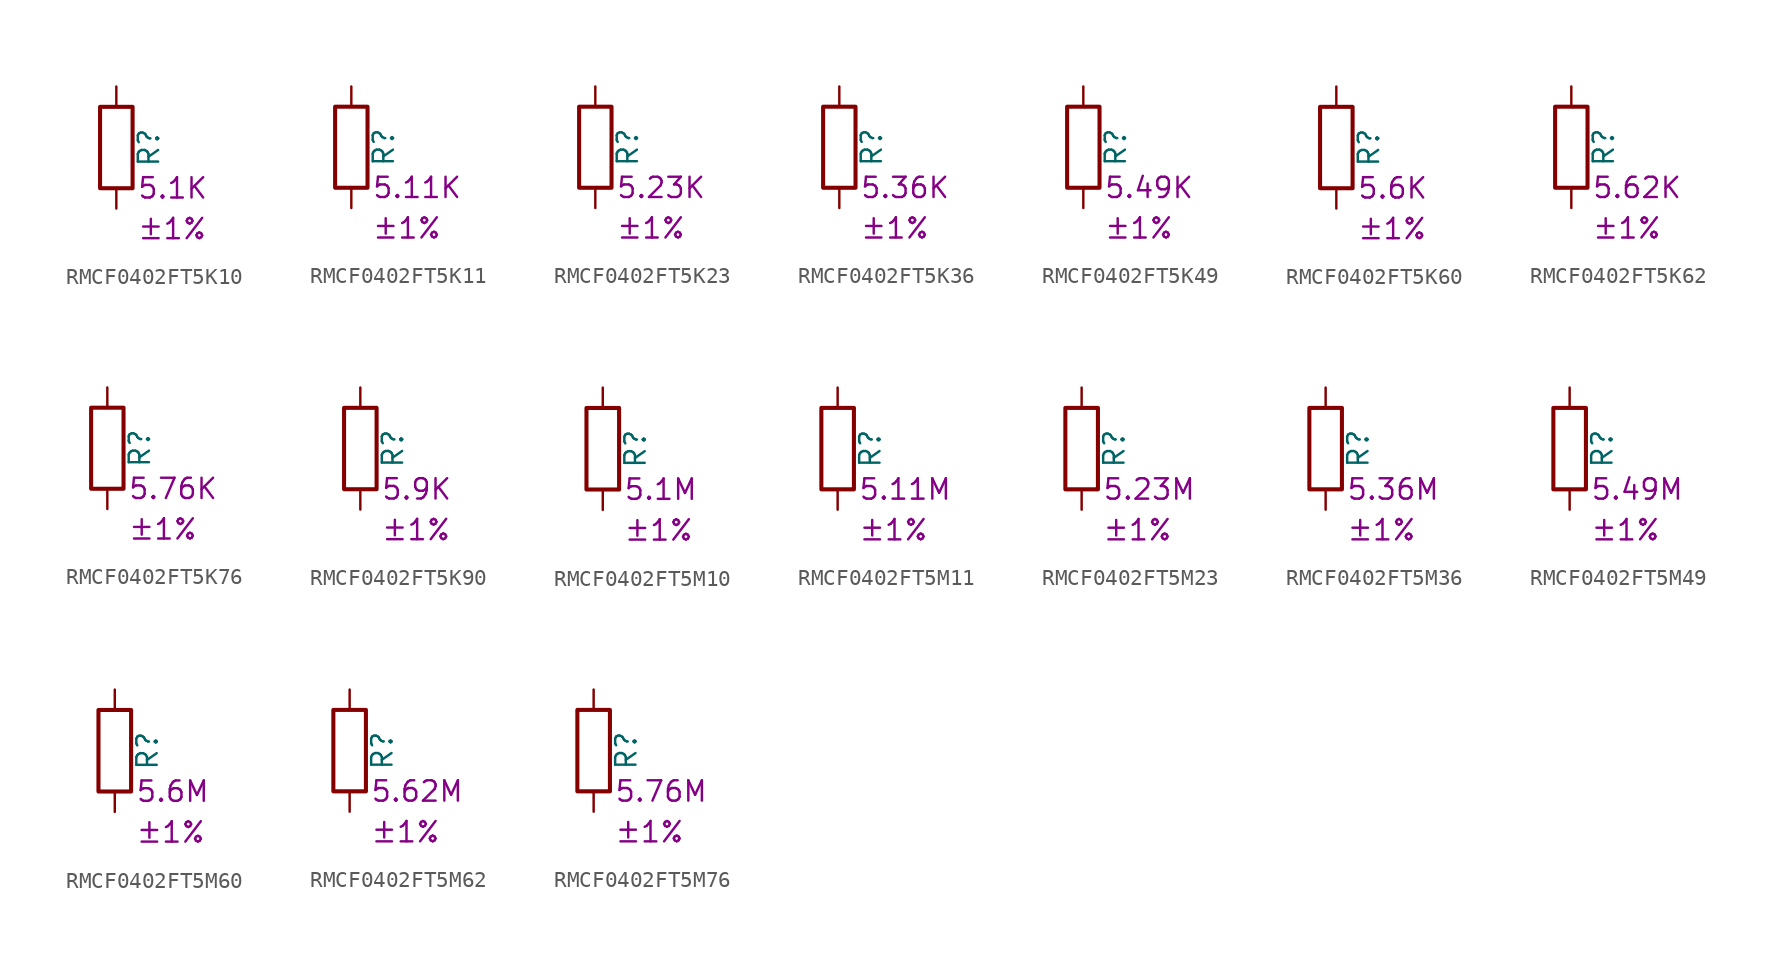
<source format=kicad_sym>
(kicad_symbol_lib
  (version 20220914)
  (generator kicad_symbol_editor)
  (symbol "RMCF0402FT5K10"
    (pin_numbers hide)
    (pin_names
      (offset 0))
    (property "Reference" "R"
      (at 2.032 0 90)
      (effects (font (size 1.27 1.27))))
    (property "Resistance" "5.1K"
      (at 1.27 -2.54 0)
      (effects (font (size 1.27 1.27)) (justify left)))
    (property "Tolerance" "±1%"
      (at 1.27 -5.08 0)
      (effects (font (size 1.27 1.27)) (justify left)))
    (symbol "RMCF0402FT5K10_0_1"
      (rectangle (start -1.016 -2.54) (end 1.016 2.54) (stroke (width 0.254) (type default)) (fill (type none))))
    (symbol "RMCF0402FT5K10_1_1"
      (pin passive line (at 0 3.81 270) (length 1.27) (name "~" (effects (font (size 1.27 1.27)))) (number "1" (effects (font (size 1.27 1.27)))))
      (pin passive line (at 0 -3.81 90) (length 1.27) (name "~" (effects (font (size 1.27 1.27)))) (number "2" (effects (font (size 1.27 1.27)))))))
  (symbol "RMCF0402FT5K11"
    (pin_numbers hide)
    (pin_names
      (offset 0))
    (property "Reference" "R"
      (at 2.032 0 90)
      (effects (font (size 1.27 1.27))))
    (property "Resistance" "5.11K"
      (at 1.27 -2.54 0)
      (effects (font (size 1.27 1.27)) (justify left)))
    (property "Tolerance" "±1%"
      (at 1.27 -5.08 0)
      (effects (font (size 1.27 1.27)) (justify left)))
    (symbol "RMCF0402FT5K11_0_1"
      (rectangle (start -1.016 -2.54) (end 1.016 2.54) (stroke (width 0.254) (type default)) (fill (type none))))
    (symbol "RMCF0402FT5K11_1_1"
      (pin passive line (at 0 3.81 270) (length 1.27) (name "~" (effects (font (size 1.27 1.27)))) (number "1" (effects (font (size 1.27 1.27)))))
      (pin passive line (at 0 -3.81 90) (length 1.27) (name "~" (effects (font (size 1.27 1.27)))) (number "2" (effects (font (size 1.27 1.27)))))))
  (symbol "RMCF0402FT5K23"
    (pin_numbers hide)
    (pin_names
      (offset 0))
    (property "Reference" "R"
      (at 2.032 0 90)
      (effects (font (size 1.27 1.27))))
    (property "Resistance" "5.23K"
      (at 1.27 -2.54 0)
      (effects (font (size 1.27 1.27)) (justify left)))
    (property "Tolerance" "±1%"
      (at 1.27 -5.08 0)
      (effects (font (size 1.27 1.27)) (justify left)))
    (symbol "RMCF0402FT5K23_0_1"
      (rectangle (start -1.016 -2.54) (end 1.016 2.54) (stroke (width 0.254) (type default)) (fill (type none))))
    (symbol "RMCF0402FT5K23_1_1"
      (pin passive line (at 0 3.81 270) (length 1.27) (name "~" (effects (font (size 1.27 1.27)))) (number "1" (effects (font (size 1.27 1.27)))))
      (pin passive line (at 0 -3.81 90) (length 1.27) (name "~" (effects (font (size 1.27 1.27)))) (number "2" (effects (font (size 1.27 1.27)))))))
  (symbol "RMCF0402FT5K36"
    (pin_numbers hide)
    (pin_names
      (offset 0))
    (property "Reference" "R"
      (at 2.032 0 90)
      (effects (font (size 1.27 1.27))))
    (property "Resistance" "5.36K"
      (at 1.27 -2.54 0)
      (effects (font (size 1.27 1.27)) (justify left)))
    (property "Tolerance" "±1%"
      (at 1.27 -5.08 0)
      (effects (font (size 1.27 1.27)) (justify left)))
    (symbol "RMCF0402FT5K36_0_1"
      (rectangle (start -1.016 -2.54) (end 1.016 2.54) (stroke (width 0.254) (type default)) (fill (type none))))
    (symbol "RMCF0402FT5K36_1_1"
      (pin passive line (at 0 3.81 270) (length 1.27) (name "~" (effects (font (size 1.27 1.27)))) (number "1" (effects (font (size 1.27 1.27)))))
      (pin passive line (at 0 -3.81 90) (length 1.27) (name "~" (effects (font (size 1.27 1.27)))) (number "2" (effects (font (size 1.27 1.27)))))))
  (symbol "RMCF0402FT5K49"
    (pin_numbers hide)
    (pin_names
      (offset 0))
    (property "Reference" "R"
      (at 2.032 0 90)
      (effects (font (size 1.27 1.27))))
    (property "Resistance" "5.49K"
      (at 1.27 -2.54 0)
      (effects (font (size 1.27 1.27)) (justify left)))
    (property "Tolerance" "±1%"
      (at 1.27 -5.08 0)
      (effects (font (size 1.27 1.27)) (justify left)))
    (symbol "RMCF0402FT5K49_0_1"
      (rectangle (start -1.016 -2.54) (end 1.016 2.54) (stroke (width 0.254) (type default)) (fill (type none))))
    (symbol "RMCF0402FT5K49_1_1"
      (pin passive line (at 0 3.81 270) (length 1.27) (name "~" (effects (font (size 1.27 1.27)))) (number "1" (effects (font (size 1.27 1.27)))))
      (pin passive line (at 0 -3.81 90) (length 1.27) (name "~" (effects (font (size 1.27 1.27)))) (number "2" (effects (font (size 1.27 1.27)))))))
  (symbol "RMCF0402FT5K60"
    (pin_numbers hide)
    (pin_names
      (offset 0))
    (property "Reference" "R"
      (at 2.032 0 90)
      (effects (font (size 1.27 1.27))))
    (property "Resistance" "5.6K"
      (at 1.27 -2.54 0)
      (effects (font (size 1.27 1.27)) (justify left)))
    (property "Tolerance" "±1%"
      (at 1.27 -5.08 0)
      (effects (font (size 1.27 1.27)) (justify left)))
    (symbol "RMCF0402FT5K60_0_1"
      (rectangle (start -1.016 -2.54) (end 1.016 2.54) (stroke (width 0.254) (type default)) (fill (type none))))
    (symbol "RMCF0402FT5K60_1_1"
      (pin passive line (at 0 3.81 270) (length 1.27) (name "~" (effects (font (size 1.27 1.27)))) (number "1" (effects (font (size 1.27 1.27)))))
      (pin passive line (at 0 -3.81 90) (length 1.27) (name "~" (effects (font (size 1.27 1.27)))) (number "2" (effects (font (size 1.27 1.27)))))))
  (symbol "RMCF0402FT5K62"
    (pin_numbers hide)
    (pin_names
      (offset 0))
    (property "Reference" "R"
      (at 2.032 0 90)
      (effects (font (size 1.27 1.27))))
    (property "Resistance" "5.62K"
      (at 1.27 -2.54 0)
      (effects (font (size 1.27 1.27)) (justify left)))
    (property "Tolerance" "±1%"
      (at 1.27 -5.08 0)
      (effects (font (size 1.27 1.27)) (justify left)))
    (symbol "RMCF0402FT5K62_0_1"
      (rectangle (start -1.016 -2.54) (end 1.016 2.54) (stroke (width 0.254) (type default)) (fill (type none))))
    (symbol "RMCF0402FT5K62_1_1"
      (pin passive line (at 0 3.81 270) (length 1.27) (name "~" (effects (font (size 1.27 1.27)))) (number "1" (effects (font (size 1.27 1.27)))))
      (pin passive line (at 0 -3.81 90) (length 1.27) (name "~" (effects (font (size 1.27 1.27)))) (number "2" (effects (font (size 1.27 1.27)))))))
  (symbol "RMCF0402FT5K76"
    (pin_numbers hide)
    (pin_names
      (offset 0))
    (property "Reference" "R"
      (at 2.032 0 90)
      (effects (font (size 1.27 1.27))))
    (property "Resistance" "5.76K"
      (at 1.27 -2.54 0)
      (effects (font (size 1.27 1.27)) (justify left)))
    (property "Tolerance" "±1%"
      (at 1.27 -5.08 0)
      (effects (font (size 1.27 1.27)) (justify left)))
    (symbol "RMCF0402FT5K76_0_1"
      (rectangle (start -1.016 -2.54) (end 1.016 2.54) (stroke (width 0.254) (type default)) (fill (type none))))
    (symbol "RMCF0402FT5K76_1_1"
      (pin passive line (at 0 3.81 270) (length 1.27) (name "~" (effects (font (size 1.27 1.27)))) (number "1" (effects (font (size 1.27 1.27)))))
      (pin passive line (at 0 -3.81 90) (length 1.27) (name "~" (effects (font (size 1.27 1.27)))) (number "2" (effects (font (size 1.27 1.27)))))))
  (symbol "RMCF0402FT5K90"
    (pin_numbers hide)
    (pin_names
      (offset 0))
    (property "Reference" "R"
      (at 2.032 0 90)
      (effects (font (size 1.27 1.27))))
    (property "Resistance" "5.9K"
      (at 1.27 -2.54 0)
      (effects (font (size 1.27 1.27)) (justify left)))
    (property "Tolerance" "±1%"
      (at 1.27 -5.08 0)
      (effects (font (size 1.27 1.27)) (justify left)))
    (symbol "RMCF0402FT5K90_0_1"
      (rectangle (start -1.016 -2.54) (end 1.016 2.54) (stroke (width 0.254) (type default)) (fill (type none))))
    (symbol "RMCF0402FT5K90_1_1"
      (pin passive line (at 0 3.81 270) (length 1.27) (name "~" (effects (font (size 1.27 1.27)))) (number "1" (effects (font (size 1.27 1.27)))))
      (pin passive line (at 0 -3.81 90) (length 1.27) (name "~" (effects (font (size 1.27 1.27)))) (number "2" (effects (font (size 1.27 1.27)))))))
  (symbol "RMCF0402FT5M10"
    (pin_numbers hide)
    (pin_names
      (offset 0))
    (property "Reference" "R"
      (at 2.032 0 90)
      (effects (font (size 1.27 1.27))))
    (property "Resistance" "5.1M"
      (at 1.27 -2.54 0)
      (effects (font (size 1.27 1.27)) (justify left)))
    (property "Tolerance" "±1%"
      (at 1.27 -5.08 0)
      (effects (font (size 1.27 1.27)) (justify left)))
    (symbol "RMCF0402FT5M10_0_1"
      (rectangle (start -1.016 -2.54) (end 1.016 2.54) (stroke (width 0.254) (type default)) (fill (type none))))
    (symbol "RMCF0402FT5M10_1_1"
      (pin passive line (at 0 3.81 270) (length 1.27) (name "~" (effects (font (size 1.27 1.27)))) (number "1" (effects (font (size 1.27 1.27)))))
      (pin passive line (at 0 -3.81 90) (length 1.27) (name "~" (effects (font (size 1.27 1.27)))) (number "2" (effects (font (size 1.27 1.27)))))))
  (symbol "RMCF0402FT5M11"
    (pin_numbers hide)
    (pin_names
      (offset 0))
    (property "Reference" "R"
      (at 2.032 0 90)
      (effects (font (size 1.27 1.27))))
    (property "Resistance" "5.11M"
      (at 1.27 -2.54 0)
      (effects (font (size 1.27 1.27)) (justify left)))
    (property "Tolerance" "±1%"
      (at 1.27 -5.08 0)
      (effects (font (size 1.27 1.27)) (justify left)))
    (symbol "RMCF0402FT5M11_0_1"
      (rectangle (start -1.016 -2.54) (end 1.016 2.54) (stroke (width 0.254) (type default)) (fill (type none))))
    (symbol "RMCF0402FT5M11_1_1"
      (pin passive line (at 0 3.81 270) (length 1.27) (name "~" (effects (font (size 1.27 1.27)))) (number "1" (effects (font (size 1.27 1.27)))))
      (pin passive line (at 0 -3.81 90) (length 1.27) (name "~" (effects (font (size 1.27 1.27)))) (number "2" (effects (font (size 1.27 1.27)))))))
  (symbol "RMCF0402FT5M23"
    (pin_numbers hide)
    (pin_names
      (offset 0))
    (property "Reference" "R"
      (at 2.032 0 90)
      (effects (font (size 1.27 1.27))))
    (property "Resistance" "5.23M"
      (at 1.27 -2.54 0)
      (effects (font (size 1.27 1.27)) (justify left)))
    (property "Tolerance" "±1%"
      (at 1.27 -5.08 0)
      (effects (font (size 1.27 1.27)) (justify left)))
    (symbol "RMCF0402FT5M23_0_1"
      (rectangle (start -1.016 -2.54) (end 1.016 2.54) (stroke (width 0.254) (type default)) (fill (type none))))
    (symbol "RMCF0402FT5M23_1_1"
      (pin passive line (at 0 3.81 270) (length 1.27) (name "~" (effects (font (size 1.27 1.27)))) (number "1" (effects (font (size 1.27 1.27)))))
      (pin passive line (at 0 -3.81 90) (length 1.27) (name "~" (effects (font (size 1.27 1.27)))) (number "2" (effects (font (size 1.27 1.27)))))))
  (symbol "RMCF0402FT5M36"
    (pin_numbers hide)
    (pin_names
      (offset 0))
    (property "Reference" "R"
      (at 2.032 0 90)
      (effects (font (size 1.27 1.27))))
    (property "Resistance" "5.36M"
      (at 1.27 -2.54 0)
      (effects (font (size 1.27 1.27)) (justify left)))
    (property "Tolerance" "±1%"
      (at 1.27 -5.08 0)
      (effects (font (size 1.27 1.27)) (justify left)))
    (symbol "RMCF0402FT5M36_0_1"
      (rectangle (start -1.016 -2.54) (end 1.016 2.54) (stroke (width 0.254) (type default)) (fill (type none))))
    (symbol "RMCF0402FT5M36_1_1"
      (pin passive line (at 0 3.81 270) (length 1.27) (name "~" (effects (font (size 1.27 1.27)))) (number "1" (effects (font (size 1.27 1.27)))))
      (pin passive line (at 0 -3.81 90) (length 1.27) (name "~" (effects (font (size 1.27 1.27)))) (number "2" (effects (font (size 1.27 1.27)))))))
  (symbol "RMCF0402FT5M49"
    (pin_numbers hide)
    (pin_names
      (offset 0))
    (property "Reference" "R"
      (at 2.032 0 90)
      (effects (font (size 1.27 1.27))))
    (property "Resistance" "5.49M"
      (at 1.27 -2.54 0)
      (effects (font (size 1.27 1.27)) (justify left)))
    (property "Tolerance" "±1%"
      (at 1.27 -5.08 0)
      (effects (font (size 1.27 1.27)) (justify left)))
    (symbol "RMCF0402FT5M49_0_1"
      (rectangle (start -1.016 -2.54) (end 1.016 2.54) (stroke (width 0.254) (type default)) (fill (type none))))
    (symbol "RMCF0402FT5M49_1_1"
      (pin passive line (at 0 3.81 270) (length 1.27) (name "~" (effects (font (size 1.27 1.27)))) (number "1" (effects (font (size 1.27 1.27)))))
      (pin passive line (at 0 -3.81 90) (length 1.27) (name "~" (effects (font (size 1.27 1.27)))) (number "2" (effects (font (size 1.27 1.27)))))))
  (symbol "RMCF0402FT5M60"
    (pin_numbers hide)
    (pin_names
      (offset 0))
    (property "Reference" "R"
      (at 2.032 0 90)
      (effects (font (size 1.27 1.27))))
    (property "Resistance" "5.6M"
      (at 1.27 -2.54 0)
      (effects (font (size 1.27 1.27)) (justify left)))
    (property "Tolerance" "±1%"
      (at 1.27 -5.08 0)
      (effects (font (size 1.27 1.27)) (justify left)))
    (symbol "RMCF0402FT5M60_0_1"
      (rectangle (start -1.016 -2.54) (end 1.016 2.54) (stroke (width 0.254) (type default)) (fill (type none))))
    (symbol "RMCF0402FT5M60_1_1"
      (pin passive line (at 0 3.81 270) (length 1.27) (name "~" (effects (font (size 1.27 1.27)))) (number "1" (effects (font (size 1.27 1.27)))))
      (pin passive line (at 0 -3.81 90) (length 1.27) (name "~" (effects (font (size 1.27 1.27)))) (number "2" (effects (font (size 1.27 1.27)))))))
  (symbol "RMCF0402FT5M62"
    (pin_numbers hide)
    (pin_names
      (offset 0))
    (property "Reference" "R"
      (at 2.032 0 90)
      (effects (font (size 1.27 1.27))))
    (property "Resistance" "5.62M"
      (at 1.27 -2.54 0)
      (effects (font (size 1.27 1.27)) (justify left)))
    (property "Tolerance" "±1%"
      (at 1.27 -5.08 0)
      (effects (font (size 1.27 1.27)) (justify left)))
    (symbol "RMCF0402FT5M62_0_1"
      (rectangle (start -1.016 -2.54) (end 1.016 2.54) (stroke (width 0.254) (type default)) (fill (type none))))
    (symbol "RMCF0402FT5M62_1_1"
      (pin passive line (at 0 3.81 270) (length 1.27) (name "~" (effects (font (size 1.27 1.27)))) (number "1" (effects (font (size 1.27 1.27)))))
      (pin passive line (at 0 -3.81 90) (length 1.27) (name "~" (effects (font (size 1.27 1.27)))) (number "2" (effects (font (size 1.27 1.27)))))))
  (symbol "RMCF0402FT5M76"
    (pin_numbers hide)
    (pin_names
      (offset 0))
    (property "Reference" "R"
      (at 2.032 0 90)
      (effects (font (size 1.27 1.27))))
    (property "Resistance" "5.76M"
      (at 1.27 -2.54 0)
      (effects (font (size 1.27 1.27)) (justify left)))
    (property "Tolerance" "±1%"
      (at 1.27 -5.08 0)
      (effects (font (size 1.27 1.27)) (justify left)))
    (symbol "RMCF0402FT5M76_0_1"
      (rectangle (start -1.016 -2.54) (end 1.016 2.54) (stroke (width 0.254) (type default)) (fill (type none))))
    (symbol "RMCF0402FT5M76_1_1"
      (pin passive line (at 0 3.81 270) (length 1.27) (name "~" (effects (font (size 1.27 1.27)))) (number "1" (effects (font (size 1.27 1.27)))))
      (pin passive line (at 0 -3.81 90) (length 1.27) (name "~" (effects (font (size 1.27 1.27)))) (number "2" (effects (font (size 1.27 1.27))))))))
</source>
